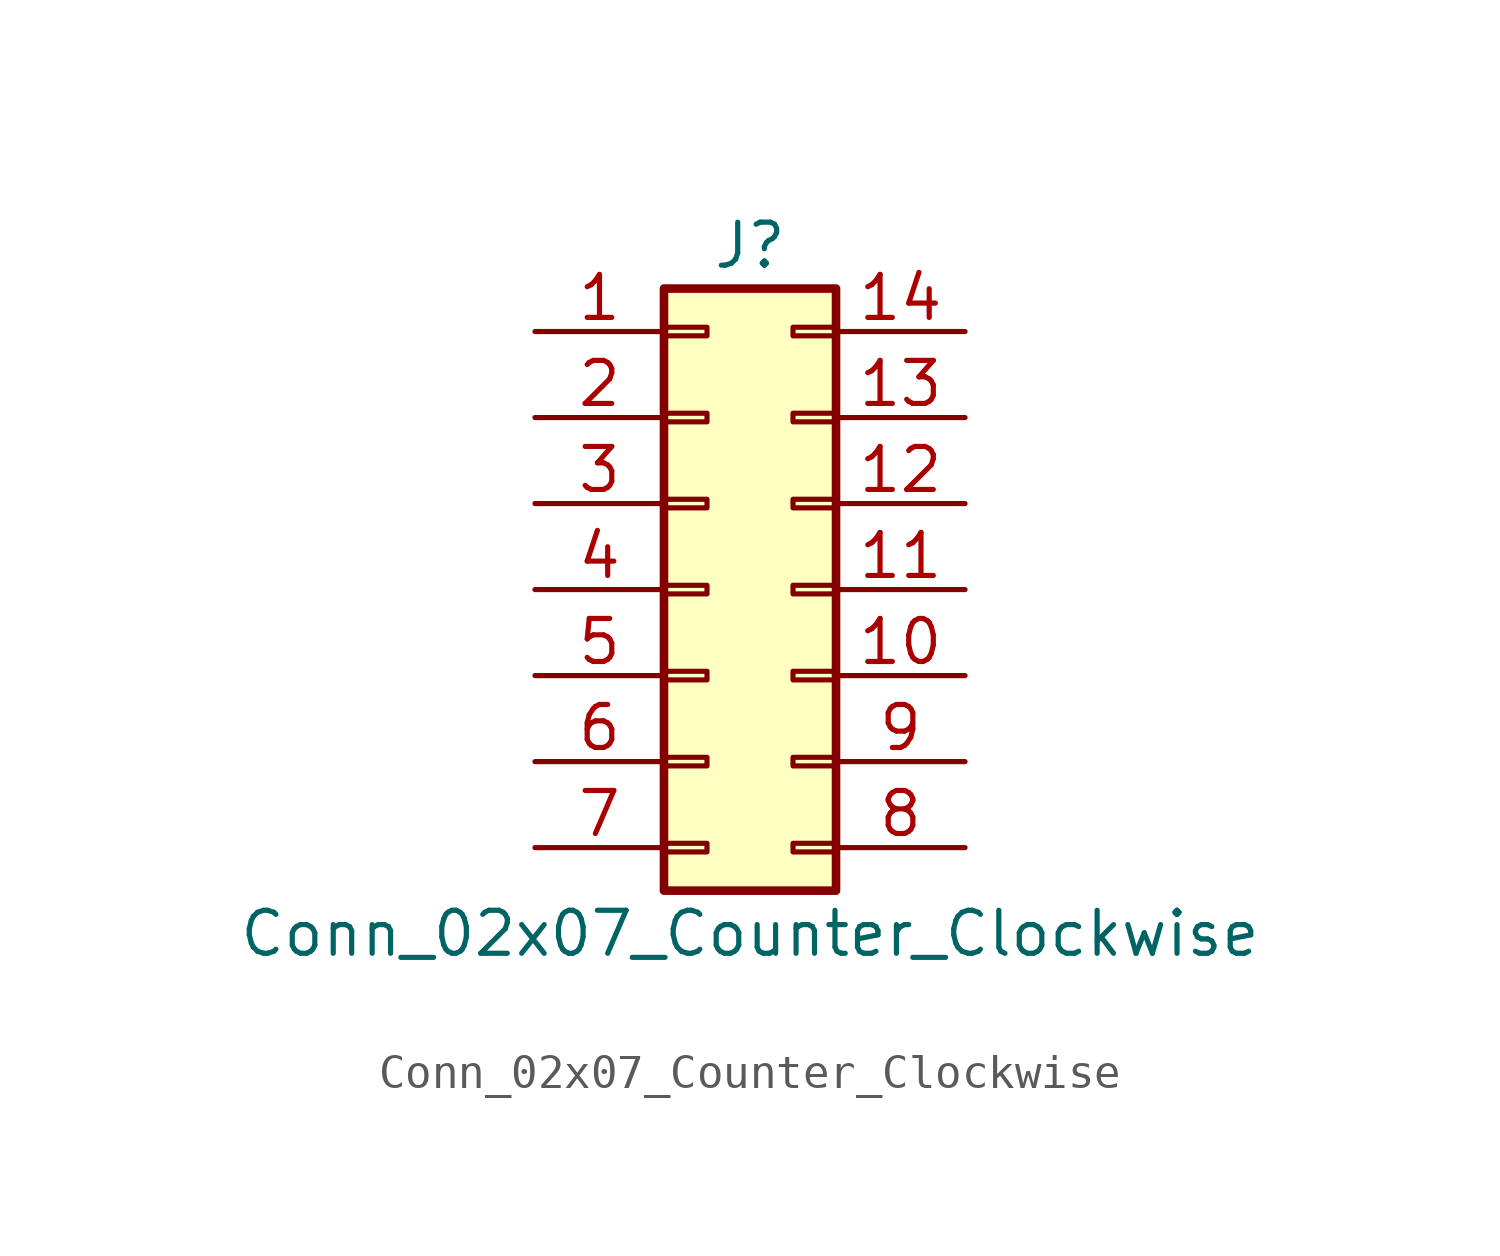
<source format=kicad_sym>
(kicad_symbol_lib
  (version 20241209)
  (generator "kicad_symbol_editor")
  (generator_version "9.0")
  (symbol "Conn_02x07_Counter_Clockwise"
    (pin_names
      (offset 1.016)
      (hide yes))
    (property "Reference" "J"
      (at 1.27 10.16 0)
      (effects (font (size 1.27 1.27))))
    (property "Value" "Conn_02x07_Counter_Clockwise"
      (at 1.27 -10.16 0)
      (effects (font (size 1.27 1.27))))
    (symbol "Conn_02x07_Counter_Clockwise_1_1"
      (rectangle (start -1.27 8.89) (end 3.81 -8.89) (stroke (width 0.254) (type default)) (fill (type background)))
      (rectangle (start -1.27 7.747) (end 0 7.493) (stroke (width 0.152) (type default)) (fill (type none)))
      (rectangle (start -1.27 5.207) (end 0 4.953) (stroke (width 0.152) (type default)) (fill (type none)))
      (rectangle (start -1.27 2.667) (end 0 2.413) (stroke (width 0.152) (type default)) (fill (type none)))
      (rectangle (start -1.27 0.127) (end 0 -0.127) (stroke (width 0.152) (type default)) (fill (type none)))
      (rectangle (start -1.27 -2.413) (end 0 -2.667) (stroke (width 0.152) (type default)) (fill (type none)))
      (rectangle (start -1.27 -4.953) (end 0 -5.207) (stroke (width 0.152) (type default)) (fill (type none)))
      (rectangle (start -1.27 -7.493) (end 0 -7.747) (stroke (width 0.152) (type default)) (fill (type none)))
      (rectangle (start 3.81 7.747) (end 2.54 7.493) (stroke (width 0.152) (type default)) (fill (type none)))
      (rectangle (start 3.81 5.207) (end 2.54 4.953) (stroke (width 0.152) (type default)) (fill (type none)))
      (rectangle (start 3.81 2.667) (end 2.54 2.413) (stroke (width 0.152) (type default)) (fill (type none)))
      (rectangle (start 3.81 0.127) (end 2.54 -0.127) (stroke (width 0.152) (type default)) (fill (type none)))
      (rectangle (start 3.81 -2.413) (end 2.54 -2.667) (stroke (width 0.152) (type default)) (fill (type none)))
      (rectangle (start 3.81 -4.953) (end 2.54 -5.207) (stroke (width 0.152) (type default)) (fill (type none)))
      (rectangle (start 3.81 -7.493) (end 2.54 -7.747) (stroke (width 0.152) (type default)) (fill (type none)))
      (pin passive line (at -5.08 7.62 0) (length 3.81) (name "Pin_1" (effects (font (size 1.27 1.27)))) (number "1" (effects (font (size 1.27 1.27)))))
      (pin passive line (at -5.08 5.08 0) (length 3.81) (name "Pin_2" (effects (font (size 1.27 1.27)))) (number "2" (effects (font (size 1.27 1.27)))))
      (pin passive line (at -5.08 2.54 0) (length 3.81) (name "Pin_3" (effects (font (size 1.27 1.27)))) (number "3" (effects (font (size 1.27 1.27)))))
      (pin passive line (at -5.08 0 0) (length 3.81) (name "Pin_4" (effects (font (size 1.27 1.27)))) (number "4" (effects (font (size 1.27 1.27)))))
      (pin passive line (at -5.08 -2.54 0) (length 3.81) (name "Pin_5" (effects (font (size 1.27 1.27)))) (number "5" (effects (font (size 1.27 1.27)))))
      (pin passive line (at -5.08 -5.08 0) (length 3.81) (name "Pin_6" (effects (font (size 1.27 1.27)))) (number "6" (effects (font (size 1.27 1.27)))))
      (pin passive line (at -5.08 -7.62 0) (length 3.81) (name "Pin_7" (effects (font (size 1.27 1.27)))) (number "7" (effects (font (size 1.27 1.27)))))
      (pin passive line (at 7.62 7.62 180) (length 3.81) (name "Pin_14" (effects (font (size 1.27 1.27)))) (number "14" (effects (font (size 1.27 1.27)))))
      (pin passive line (at 7.62 5.08 180) (length 3.81) (name "Pin_13" (effects (font (size 1.27 1.27)))) (number "13" (effects (font (size 1.27 1.27)))))
      (pin passive line (at 7.62 2.54 180) (length 3.81) (name "Pin_12" (effects (font (size 1.27 1.27)))) (number "12" (effects (font (size 1.27 1.27)))))
      (pin passive line (at 7.62 0 180) (length 3.81) (name "Pin_11" (effects (font (size 1.27 1.27)))) (number "11" (effects (font (size 1.27 1.27)))))
      (pin passive line (at 7.62 -2.54 180) (length 3.81) (name "Pin_10" (effects (font (size 1.27 1.27)))) (number "10" (effects (font (size 1.27 1.27)))))
      (pin passive line (at 7.62 -5.08 180) (length 3.81) (name "Pin_9" (effects (font (size 1.27 1.27)))) (number "9" (effects (font (size 1.27 1.27)))))
      (pin passive line (at 7.62 -7.62 180) (length 3.81) (name "Pin_8" (effects (font (size 1.27 1.27)))) (number "8" (effects (font (size 1.27 1.27))))))))
</source>
